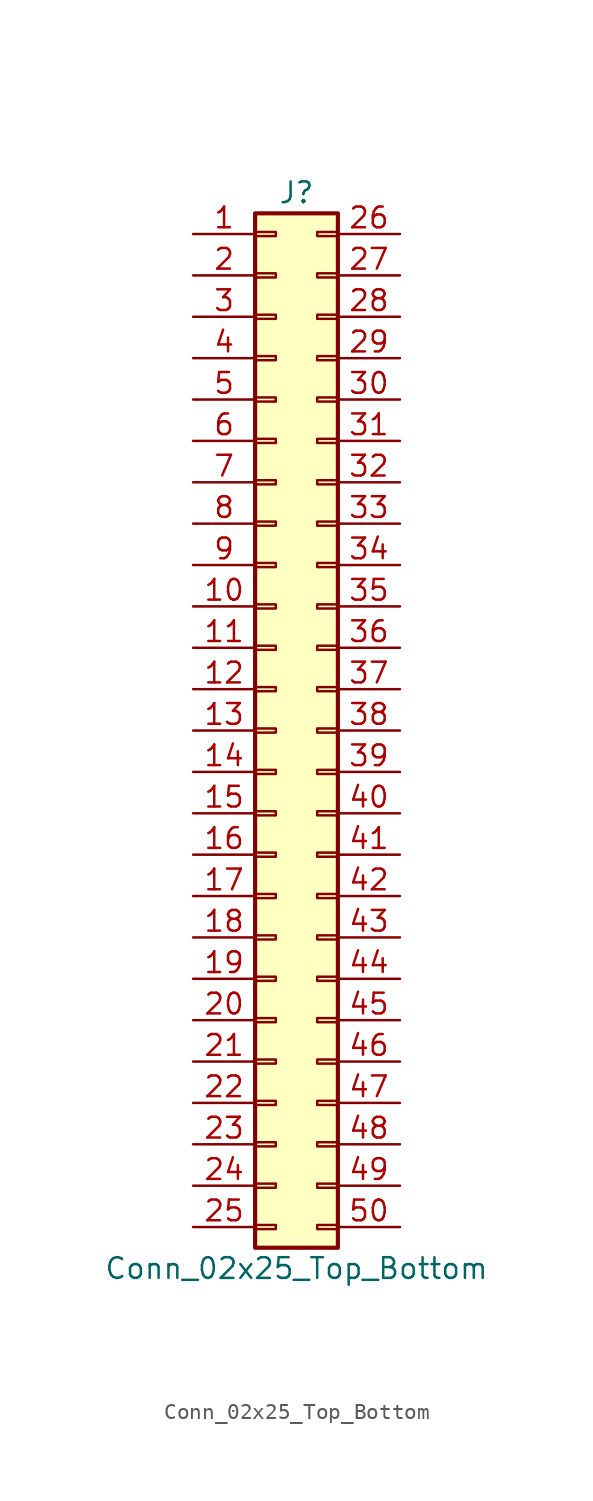
<source format=kicad_sym>
(kicad_symbol_lib
  (version 20220914)
  (generator kicad_symbol_editor)
  (symbol "Conn_02x25_Top_Bottom"
    (pin_names
      (offset 1.016) hide)
    (property "Reference" "J"
      (at 1.27 33.02 0)
      (effects (font (size 1.27 1.27))))
    (property "Value" "Conn_02x25_Top_Bottom"
      (at 1.27 -33.02 0)
      (effects (font (size 1.27 1.27))))
    (symbol "Conn_02x25_Top_Bottom_1_1"
      (rectangle (start -1.27 -30.353) (end 0 -30.607) (stroke (width 0.152) (type solid)) (fill (type none)))
      (rectangle (start -1.27 -27.813) (end 0 -28.067) (stroke (width 0.152) (type solid)) (fill (type none)))
      (rectangle (start -1.27 -25.273) (end 0 -25.527) (stroke (width 0.152) (type solid)) (fill (type none)))
      (rectangle (start -1.27 -22.733) (end 0 -22.987) (stroke (width 0.152) (type solid)) (fill (type none)))
      (rectangle (start -1.27 -20.193) (end 0 -20.447) (stroke (width 0.152) (type solid)) (fill (type none)))
      (rectangle (start -1.27 -17.653) (end 0 -17.907) (stroke (width 0.152) (type solid)) (fill (type none)))
      (rectangle (start -1.27 -15.113) (end 0 -15.367) (stroke (width 0.152) (type solid)) (fill (type none)))
      (rectangle (start -1.27 -12.573) (end 0 -12.827) (stroke (width 0.152) (type solid)) (fill (type none)))
      (rectangle (start -1.27 -10.033) (end 0 -10.287) (stroke (width 0.152) (type solid)) (fill (type none)))
      (rectangle (start -1.27 -7.493) (end 0 -7.747) (stroke (width 0.152) (type solid)) (fill (type none)))
      (rectangle (start -1.27 -4.953) (end 0 -5.207) (stroke (width 0.152) (type solid)) (fill (type none)))
      (rectangle (start -1.27 -2.413) (end 0 -2.667) (stroke (width 0.152) (type solid)) (fill (type none)))
      (rectangle (start -1.27 0.127) (end 0 -0.127) (stroke (width 0.152) (type solid)) (fill (type none)))
      (rectangle (start -1.27 2.667) (end 0 2.413) (stroke (width 0.152) (type solid)) (fill (type none)))
      (rectangle (start -1.27 5.207) (end 0 4.953) (stroke (width 0.152) (type solid)) (fill (type none)))
      (rectangle (start -1.27 7.747) (end 0 7.493) (stroke (width 0.152) (type solid)) (fill (type none)))
      (rectangle (start -1.27 10.287) (end 0 10.033) (stroke (width 0.152) (type solid)) (fill (type none)))
      (rectangle (start -1.27 12.827) (end 0 12.573) (stroke (width 0.152) (type solid)) (fill (type none)))
      (rectangle (start -1.27 15.367) (end 0 15.113) (stroke (width 0.152) (type solid)) (fill (type none)))
      (rectangle (start -1.27 17.907) (end 0 17.653) (stroke (width 0.152) (type solid)) (fill (type none)))
      (rectangle (start -1.27 20.447) (end 0 20.193) (stroke (width 0.152) (type solid)) (fill (type none)))
      (rectangle (start -1.27 22.987) (end 0 22.733) (stroke (width 0.152) (type solid)) (fill (type none)))
      (rectangle (start -1.27 25.527) (end 0 25.273) (stroke (width 0.152) (type solid)) (fill (type none)))
      (rectangle (start -1.27 28.067) (end 0 27.813) (stroke (width 0.152) (type solid)) (fill (type none)))
      (rectangle (start -1.27 30.607) (end 0 30.353) (stroke (width 0.152) (type solid)) (fill (type none)))
      (rectangle (start -1.27 31.75) (end 3.81 -31.75) (stroke (width 0.254) (type solid)) (fill (type background)))
      (rectangle (start 3.81 -30.353) (end 2.54 -30.607) (stroke (width 0.152) (type solid)) (fill (type none)))
      (rectangle (start 3.81 -27.813) (end 2.54 -28.067) (stroke (width 0.152) (type solid)) (fill (type none)))
      (rectangle (start 3.81 -25.273) (end 2.54 -25.527) (stroke (width 0.152) (type solid)) (fill (type none)))
      (rectangle (start 3.81 -22.733) (end 2.54 -22.987) (stroke (width 0.152) (type solid)) (fill (type none)))
      (rectangle (start 3.81 -20.193) (end 2.54 -20.447) (stroke (width 0.152) (type solid)) (fill (type none)))
      (rectangle (start 3.81 -17.653) (end 2.54 -17.907) (stroke (width 0.152) (type solid)) (fill (type none)))
      (rectangle (start 3.81 -15.113) (end 2.54 -15.367) (stroke (width 0.152) (type solid)) (fill (type none)))
      (rectangle (start 3.81 -12.573) (end 2.54 -12.827) (stroke (width 0.152) (type solid)) (fill (type none)))
      (rectangle (start 3.81 -10.033) (end 2.54 -10.287) (stroke (width 0.152) (type solid)) (fill (type none)))
      (rectangle (start 3.81 -7.493) (end 2.54 -7.747) (stroke (width 0.152) (type solid)) (fill (type none)))
      (rectangle (start 3.81 -4.953) (end 2.54 -5.207) (stroke (width 0.152) (type solid)) (fill (type none)))
      (rectangle (start 3.81 -2.413) (end 2.54 -2.667) (stroke (width 0.152) (type solid)) (fill (type none)))
      (rectangle (start 3.81 0.127) (end 2.54 -0.127) (stroke (width 0.152) (type solid)) (fill (type none)))
      (rectangle (start 3.81 2.667) (end 2.54 2.413) (stroke (width 0.152) (type solid)) (fill (type none)))
      (rectangle (start 3.81 5.207) (end 2.54 4.953) (stroke (width 0.152) (type solid)) (fill (type none)))
      (rectangle (start 3.81 7.747) (end 2.54 7.493) (stroke (width 0.152) (type solid)) (fill (type none)))
      (rectangle (start 3.81 10.287) (end 2.54 10.033) (stroke (width 0.152) (type solid)) (fill (type none)))
      (rectangle (start 3.81 12.827) (end 2.54 12.573) (stroke (width 0.152) (type solid)) (fill (type none)))
      (rectangle (start 3.81 15.367) (end 2.54 15.113) (stroke (width 0.152) (type solid)) (fill (type none)))
      (rectangle (start 3.81 17.907) (end 2.54 17.653) (stroke (width 0.152) (type solid)) (fill (type none)))
      (rectangle (start 3.81 20.447) (end 2.54 20.193) (stroke (width 0.152) (type solid)) (fill (type none)))
      (rectangle (start 3.81 22.987) (end 2.54 22.733) (stroke (width 0.152) (type solid)) (fill (type none)))
      (rectangle (start 3.81 25.527) (end 2.54 25.273) (stroke (width 0.152) (type solid)) (fill (type none)))
      (rectangle (start 3.81 28.067) (end 2.54 27.813) (stroke (width 0.152) (type solid)) (fill (type none)))
      (rectangle (start 3.81 30.607) (end 2.54 30.353) (stroke (width 0.152) (type solid)) (fill (type none)))
      (pin passive line (at -5.08 30.48 0) (length 3.81) (name "Pin_1" (effects (font (size 1.27 1.27)))) (number "1" (effects (font (size 1.27 1.27)))))
      (pin passive line (at -5.08 7.62 0) (length 3.81) (name "Pin_10" (effects (font (size 1.27 1.27)))) (number "10" (effects (font (size 1.27 1.27)))))
      (pin passive line (at -5.08 5.08 0) (length 3.81) (name "Pin_11" (effects (font (size 1.27 1.27)))) (number "11" (effects (font (size 1.27 1.27)))))
      (pin passive line (at -5.08 2.54 0) (length 3.81) (name "Pin_12" (effects (font (size 1.27 1.27)))) (number "12" (effects (font (size 1.27 1.27)))))
      (pin passive line (at -5.08 0 0) (length 3.81) (name "Pin_13" (effects (font (size 1.27 1.27)))) (number "13" (effects (font (size 1.27 1.27)))))
      (pin passive line (at -5.08 -2.54 0) (length 3.81) (name "Pin_14" (effects (font (size 1.27 1.27)))) (number "14" (effects (font (size 1.27 1.27)))))
      (pin passive line (at -5.08 -5.08 0) (length 3.81) (name "Pin_15" (effects (font (size 1.27 1.27)))) (number "15" (effects (font (size 1.27 1.27)))))
      (pin passive line (at -5.08 -7.62 0) (length 3.81) (name "Pin_16" (effects (font (size 1.27 1.27)))) (number "16" (effects (font (size 1.27 1.27)))))
      (pin passive line (at -5.08 -10.16 0) (length 3.81) (name "Pin_17" (effects (font (size 1.27 1.27)))) (number "17" (effects (font (size 1.27 1.27)))))
      (pin passive line (at -5.08 -12.7 0) (length 3.81) (name "Pin_18" (effects (font (size 1.27 1.27)))) (number "18" (effects (font (size 1.27 1.27)))))
      (pin passive line (at -5.08 -15.24 0) (length 3.81) (name "Pin_19" (effects (font (size 1.27 1.27)))) (number "19" (effects (font (size 1.27 1.27)))))
      (pin passive line (at -5.08 27.94 0) (length 3.81) (name "Pin_2" (effects (font (size 1.27 1.27)))) (number "2" (effects (font (size 1.27 1.27)))))
      (pin passive line (at -5.08 -17.78 0) (length 3.81) (name "Pin_20" (effects (font (size 1.27 1.27)))) (number "20" (effects (font (size 1.27 1.27)))))
      (pin passive line (at -5.08 -20.32 0) (length 3.81) (name "Pin_21" (effects (font (size 1.27 1.27)))) (number "21" (effects (font (size 1.27 1.27)))))
      (pin passive line (at -5.08 -22.86 0) (length 3.81) (name "Pin_22" (effects (font (size 1.27 1.27)))) (number "22" (effects (font (size 1.27 1.27)))))
      (pin passive line (at -5.08 -25.4 0) (length 3.81) (name "Pin_23" (effects (font (size 1.27 1.27)))) (number "23" (effects (font (size 1.27 1.27)))))
      (pin passive line (at -5.08 -27.94 0) (length 3.81) (name "Pin_24" (effects (font (size 1.27 1.27)))) (number "24" (effects (font (size 1.27 1.27)))))
      (pin passive line (at -5.08 -30.48 0) (length 3.81) (name "Pin_25" (effects (font (size 1.27 1.27)))) (number "25" (effects (font (size 1.27 1.27)))))
      (pin passive line (at 7.62 30.48 180) (length 3.81) (name "Pin_26" (effects (font (size 1.27 1.27)))) (number "26" (effects (font (size 1.27 1.27)))))
      (pin passive line (at 7.62 27.94 180) (length 3.81) (name "Pin_27" (effects (font (size 1.27 1.27)))) (number "27" (effects (font (size 1.27 1.27)))))
      (pin passive line (at 7.62 25.4 180) (length 3.81) (name "Pin_28" (effects (font (size 1.27 1.27)))) (number "28" (effects (font (size 1.27 1.27)))))
      (pin passive line (at 7.62 22.86 180) (length 3.81) (name "Pin_29" (effects (font (size 1.27 1.27)))) (number "29" (effects (font (size 1.27 1.27)))))
      (pin passive line (at -5.08 25.4 0) (length 3.81) (name "Pin_3" (effects (font (size 1.27 1.27)))) (number "3" (effects (font (size 1.27 1.27)))))
      (pin passive line (at 7.62 20.32 180) (length 3.81) (name "Pin_30" (effects (font (size 1.27 1.27)))) (number "30" (effects (font (size 1.27 1.27)))))
      (pin passive line (at 7.62 17.78 180) (length 3.81) (name "Pin_31" (effects (font (size 1.27 1.27)))) (number "31" (effects (font (size 1.27 1.27)))))
      (pin passive line (at 7.62 15.24 180) (length 3.81) (name "Pin_32" (effects (font (size 1.27 1.27)))) (number "32" (effects (font (size 1.27 1.27)))))
      (pin passive line (at 7.62 12.7 180) (length 3.81) (name "Pin_33" (effects (font (size 1.27 1.27)))) (number "33" (effects (font (size 1.27 1.27)))))
      (pin passive line (at 7.62 10.16 180) (length 3.81) (name "Pin_34" (effects (font (size 1.27 1.27)))) (number "34" (effects (font (size 1.27 1.27)))))
      (pin passive line (at 7.62 7.62 180) (length 3.81) (name "Pin_35" (effects (font (size 1.27 1.27)))) (number "35" (effects (font (size 1.27 1.27)))))
      (pin passive line (at 7.62 5.08 180) (length 3.81) (name "Pin_36" (effects (font (size 1.27 1.27)))) (number "36" (effects (font (size 1.27 1.27)))))
      (pin passive line (at 7.62 2.54 180) (length 3.81) (name "Pin_37" (effects (font (size 1.27 1.27)))) (number "37" (effects (font (size 1.27 1.27)))))
      (pin passive line (at 7.62 0 180) (length 3.81) (name "Pin_38" (effects (font (size 1.27 1.27)))) (number "38" (effects (font (size 1.27 1.27)))))
      (pin passive line (at 7.62 -2.54 180) (length 3.81) (name "Pin_39" (effects (font (size 1.27 1.27)))) (number "39" (effects (font (size 1.27 1.27)))))
      (pin passive line (at -5.08 22.86 0) (length 3.81) (name "Pin_4" (effects (font (size 1.27 1.27)))) (number "4" (effects (font (size 1.27 1.27)))))
      (pin passive line (at 7.62 -5.08 180) (length 3.81) (name "Pin_40" (effects (font (size 1.27 1.27)))) (number "40" (effects (font (size 1.27 1.27)))))
      (pin passive line (at 7.62 -7.62 180) (length 3.81) (name "Pin_41" (effects (font (size 1.27 1.27)))) (number "41" (effects (font (size 1.27 1.27)))))
      (pin passive line (at 7.62 -10.16 180) (length 3.81) (name "Pin_42" (effects (font (size 1.27 1.27)))) (number "42" (effects (font (size 1.27 1.27)))))
      (pin passive line (at 7.62 -12.7 180) (length 3.81) (name "Pin_43" (effects (font (size 1.27 1.27)))) (number "43" (effects (font (size 1.27 1.27)))))
      (pin passive line (at 7.62 -15.24 180) (length 3.81) (name "Pin_44" (effects (font (size 1.27 1.27)))) (number "44" (effects (font (size 1.27 1.27)))))
      (pin passive line (at 7.62 -17.78 180) (length 3.81) (name "Pin_45" (effects (font (size 1.27 1.27)))) (number "45" (effects (font (size 1.27 1.27)))))
      (pin passive line (at 7.62 -20.32 180) (length 3.81) (name "Pin_46" (effects (font (size 1.27 1.27)))) (number "46" (effects (font (size 1.27 1.27)))))
      (pin passive line (at 7.62 -22.86 180) (length 3.81) (name "Pin_47" (effects (font (size 1.27 1.27)))) (number "47" (effects (font (size 1.27 1.27)))))
      (pin passive line (at 7.62 -25.4 180) (length 3.81) (name "Pin_48" (effects (font (size 1.27 1.27)))) (number "48" (effects (font (size 1.27 1.27)))))
      (pin passive line (at 7.62 -27.94 180) (length 3.81) (name "Pin_49" (effects (font (size 1.27 1.27)))) (number "49" (effects (font (size 1.27 1.27)))))
      (pin passive line (at -5.08 20.32 0) (length 3.81) (name "Pin_5" (effects (font (size 1.27 1.27)))) (number "5" (effects (font (size 1.27 1.27)))))
      (pin passive line (at 7.62 -30.48 180) (length 3.81) (name "Pin_50" (effects (font (size 1.27 1.27)))) (number "50" (effects (font (size 1.27 1.27)))))
      (pin passive line (at -5.08 17.78 0) (length 3.81) (name "Pin_6" (effects (font (size 1.27 1.27)))) (number "6" (effects (font (size 1.27 1.27)))))
      (pin passive line (at -5.08 15.24 0) (length 3.81) (name "Pin_7" (effects (font (size 1.27 1.27)))) (number "7" (effects (font (size 1.27 1.27)))))
      (pin passive line (at -5.08 12.7 0) (length 3.81) (name "Pin_8" (effects (font (size 1.27 1.27)))) (number "8" (effects (font (size 1.27 1.27)))))
      (pin passive line (at -5.08 10.16 0) (length 3.81) (name "Pin_9" (effects (font (size 1.27 1.27)))) (number "9" (effects (font (size 1.27 1.27))))))))
</source>
